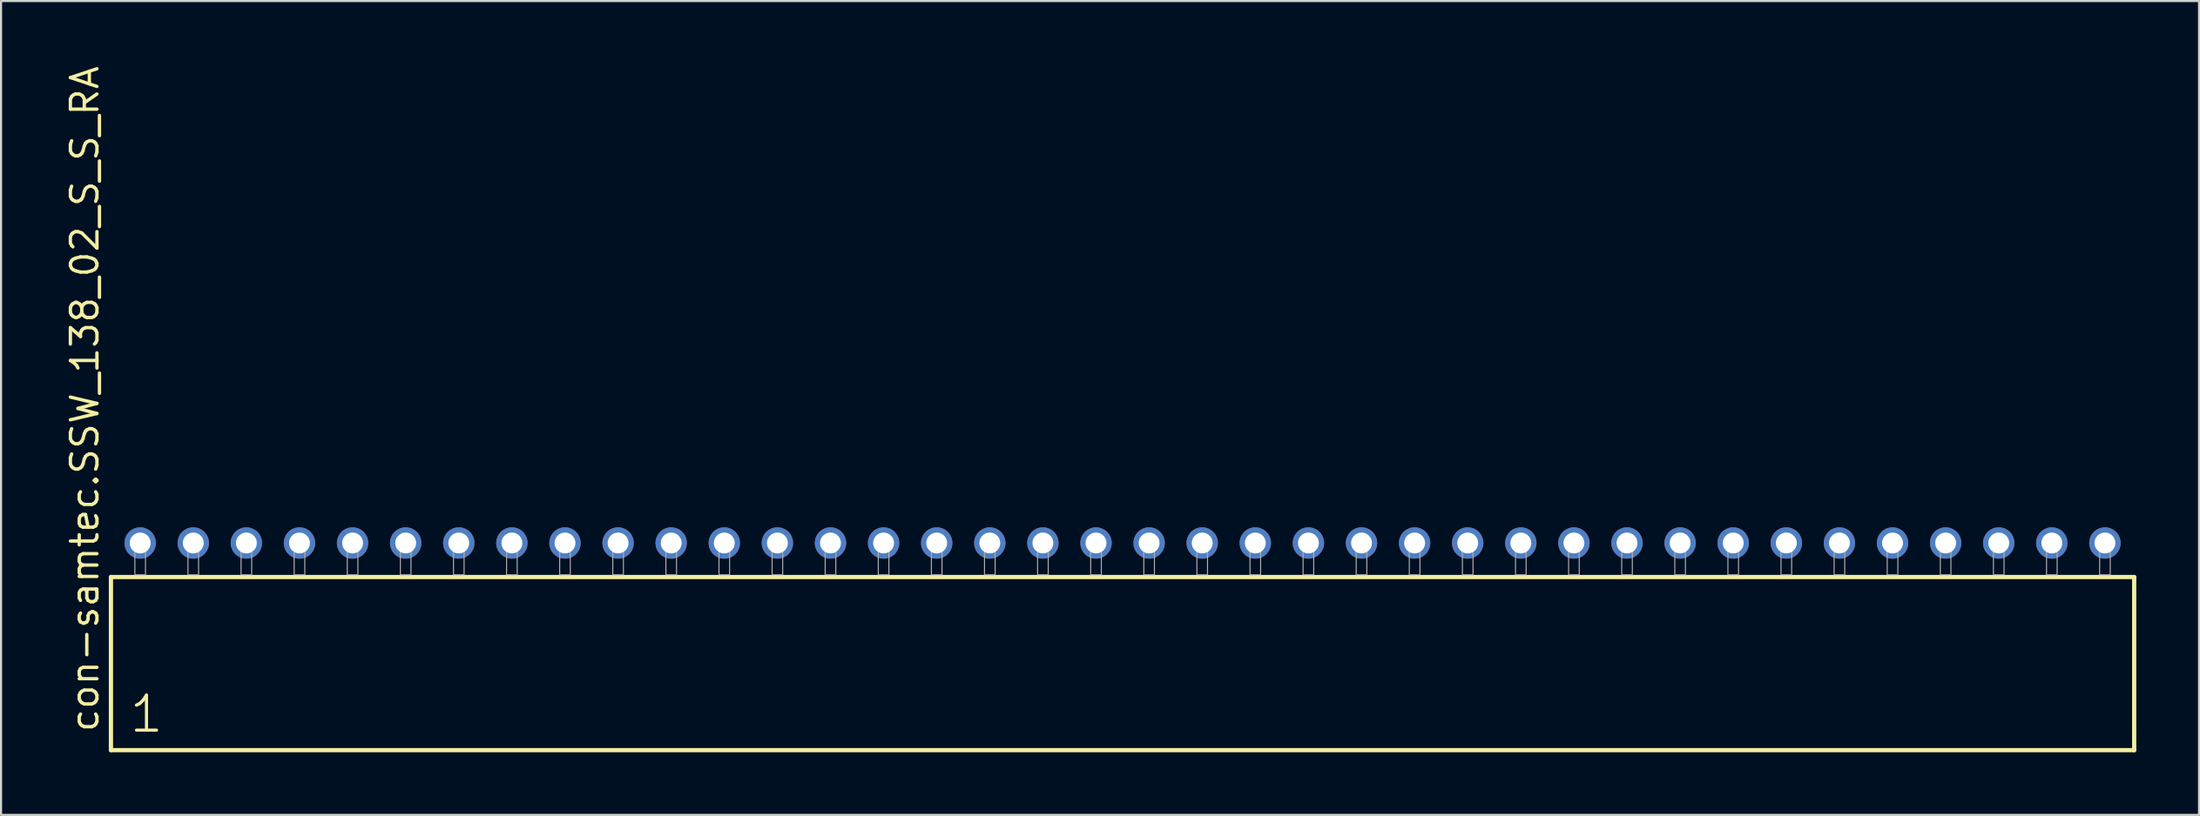
<source format=kicad_pcb>
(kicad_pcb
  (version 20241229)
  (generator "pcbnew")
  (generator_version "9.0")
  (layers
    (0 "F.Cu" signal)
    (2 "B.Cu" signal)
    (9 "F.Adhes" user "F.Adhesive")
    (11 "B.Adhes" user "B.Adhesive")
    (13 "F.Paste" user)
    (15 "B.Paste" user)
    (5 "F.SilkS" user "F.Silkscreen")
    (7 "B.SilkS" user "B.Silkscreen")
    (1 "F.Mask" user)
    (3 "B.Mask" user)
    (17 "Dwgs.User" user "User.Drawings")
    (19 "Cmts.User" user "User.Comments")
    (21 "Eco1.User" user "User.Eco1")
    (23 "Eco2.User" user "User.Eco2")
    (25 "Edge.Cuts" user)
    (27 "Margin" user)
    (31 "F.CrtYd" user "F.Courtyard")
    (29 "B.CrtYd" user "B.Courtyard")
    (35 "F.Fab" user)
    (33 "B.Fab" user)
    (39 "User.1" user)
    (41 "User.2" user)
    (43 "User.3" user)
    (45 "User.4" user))
  (footprint "con-samtec.SSW_138_02_S_S_RA"
    (layer "F.Cu")
    (at 50.645 24.477)
    (property "Reference" "con-samtec.SSW_138_02_S_S_RA" (at -48.895 7.62 90) (layer "F.SilkS") (effects (font (size 1.27 1.27) (thickness 0.16)) (justify left bottom)))
    (attr through_hole)
    (fp_line (start -48.389 0.106) (end -48.389 8.396) (stroke (width 0.203) (type default)) (layer "F.SilkS"))
    (fp_line (start -48.389 8.396) (end 48.389 8.396) (stroke (width 0.203) (type default)) (layer "F.SilkS"))
    (fp_line (start 48.389 0.106) (end -48.389 0.106) (stroke (width 0.203) (type default)) (layer "F.SilkS"))
    (fp_line (start 48.389 8.396) (end 48.389 0.106) (stroke (width 0.203) (type default)) (layer "F.SilkS"))
    (fp_rect (start -47.244 0) (end -46.736 -1.778) (stroke (width 0.05) (type default)) (fill no) (layer "F.Fab"))
    (fp_rect (start -44.704 0) (end -44.196 -1.778) (stroke (width 0.05) (type default)) (fill no) (layer "F.Fab"))
    (fp_rect (start -42.164 0) (end -41.656 -1.778) (stroke (width 0.05) (type default)) (fill no) (layer "F.Fab"))
    (fp_rect (start -39.624 0) (end -39.116 -1.778) (stroke (width 0.05) (type default)) (fill no) (layer "F.Fab"))
    (fp_rect (start -37.084 0) (end -36.576 -1.778) (stroke (width 0.05) (type default)) (fill no) (layer "F.Fab"))
    (fp_rect (start -34.544 0) (end -34.036 -1.778) (stroke (width 0.05) (type default)) (fill no) (layer "F.Fab"))
    (fp_rect (start -32.004 0) (end -31.496 -1.778) (stroke (width 0.05) (type default)) (fill no) (layer "F.Fab"))
    (fp_rect (start -29.464 0) (end -28.956 -1.778) (stroke (width 0.05) (type default)) (fill no) (layer "F.Fab"))
    (fp_rect (start -26.924 0) (end -26.416 -1.778) (stroke (width 0.05) (type default)) (fill no) (layer "F.Fab"))
    (fp_rect (start -24.384 0) (end -23.876 -1.778) (stroke (width 0.05) (type default)) (fill no) (layer "F.Fab"))
    (fp_rect (start -21.844 0) (end -21.336 -1.778) (stroke (width 0.05) (type default)) (fill no) (layer "F.Fab"))
    (fp_rect (start -19.304 0) (end -18.796 -1.778) (stroke (width 0.05) (type default)) (fill no) (layer "F.Fab"))
    (fp_rect (start -16.764 0) (end -16.256 -1.778) (stroke (width 0.05) (type default)) (fill no) (layer "F.Fab"))
    (fp_rect (start -14.224 0) (end -13.716 -1.778) (stroke (width 0.05) (type default)) (fill no) (layer "F.Fab"))
    (fp_rect (start -11.684 0) (end -11.176 -1.778) (stroke (width 0.05) (type default)) (fill no) (layer "F.Fab"))
    (fp_rect (start -9.144 0) (end -8.636 -1.778) (stroke (width 0.05) (type default)) (fill no) (layer "F.Fab"))
    (fp_rect (start -6.604 0) (end -6.096 -1.778) (stroke (width 0.05) (type default)) (fill no) (layer "F.Fab"))
    (fp_rect (start -4.064 0) (end -3.556 -1.778) (stroke (width 0.05) (type default)) (fill no) (layer "F.Fab"))
    (fp_rect (start -1.524 0) (end -1.016 -1.778) (stroke (width 0.05) (type default)) (fill no) (layer "F.Fab"))
    (fp_rect (start 1.016 0) (end 1.524 -1.778) (stroke (width 0.05) (type default)) (fill no) (layer "F.Fab"))
    (fp_rect (start 3.556 0) (end 4.064 -1.778) (stroke (width 0.05) (type default)) (fill no) (layer "F.Fab"))
    (fp_rect (start 6.096 0) (end 6.604 -1.778) (stroke (width 0.05) (type default)) (fill no) (layer "F.Fab"))
    (fp_rect (start 8.636 0) (end 9.144 -1.778) (stroke (width 0.05) (type default)) (fill no) (layer "F.Fab"))
    (fp_rect (start 11.176 0) (end 11.684 -1.778) (stroke (width 0.05) (type default)) (fill no) (layer "F.Fab"))
    (fp_rect (start 13.716 0) (end 14.224 -1.778) (stroke (width 0.05) (type default)) (fill no) (layer "F.Fab"))
    (fp_rect (start 16.256 0) (end 16.764 -1.778) (stroke (width 0.05) (type default)) (fill no) (layer "F.Fab"))
    (fp_rect (start 18.796 0) (end 19.304 -1.778) (stroke (width 0.05) (type default)) (fill no) (layer "F.Fab"))
    (fp_rect (start 21.336 0) (end 21.844 -1.778) (stroke (width 0.05) (type default)) (fill no) (layer "F.Fab"))
    (fp_rect (start 23.876 0) (end 24.384 -1.778) (stroke (width 0.05) (type default)) (fill no) (layer "F.Fab"))
    (fp_rect (start 26.416 0) (end 26.924 -1.778) (stroke (width 0.05) (type default)) (fill no) (layer "F.Fab"))
    (fp_rect (start 28.956 0) (end 29.464 -1.778) (stroke (width 0.05) (type default)) (fill no) (layer "F.Fab"))
    (fp_rect (start 31.496 0) (end 32.004 -1.778) (stroke (width 0.05) (type default)) (fill no) (layer "F.Fab"))
    (fp_rect (start 34.036 0) (end 34.544 -1.778) (stroke (width 0.05) (type default)) (fill no) (layer "F.Fab"))
    (fp_rect (start 36.576 0) (end 37.084 -1.778) (stroke (width 0.05) (type default)) (fill no) (layer "F.Fab"))
    (fp_rect (start 39.116 0) (end 39.624 -1.778) (stroke (width 0.05) (type default)) (fill no) (layer "F.Fab"))
    (fp_rect (start 41.656 0) (end 42.164 -1.778) (stroke (width 0.05) (type default)) (fill no) (layer "F.Fab"))
    (fp_rect (start 44.196 0) (end 44.704 -1.778) (stroke (width 0.05) (type default)) (fill no) (layer "F.Fab"))
    (fp_rect (start 46.736 0) (end 47.244 -1.778) (stroke (width 0.05) (type default)) (fill no) (layer "F.Fab"))
    (fp_text user "1" (at -47.585 7.65 0) (layer "F.SilkS") (effects (font (size 1.676 1.676) (thickness 0.15)) (justify left bottom)))
    (pad "1" thru_hole circle (at -46.99 -1.524) (size 1.5 1.5) (drill 1) (layers "*.Cu" "*.Mask"))
    (pad "2" thru_hole circle (at -44.45 -1.524) (size 1.5 1.5) (drill 1) (layers "*.Cu" "*.Mask"))
    (pad "3" thru_hole circle (at -41.91 -1.524) (size 1.5 1.5) (drill 1) (layers "*.Cu" "*.Mask"))
    (pad "4" thru_hole circle (at -39.37 -1.524) (size 1.5 1.5) (drill 1) (layers "*.Cu" "*.Mask"))
    (pad "5" thru_hole circle (at -36.83 -1.524) (size 1.5 1.5) (drill 1) (layers "*.Cu" "*.Mask"))
    (pad "6" thru_hole circle (at -34.29 -1.524) (size 1.5 1.5) (drill 1) (layers "*.Cu" "*.Mask"))
    (pad "7" thru_hole circle (at -31.75 -1.524) (size 1.5 1.5) (drill 1) (layers "*.Cu" "*.Mask"))
    (pad "8" thru_hole circle (at -29.21 -1.524) (size 1.5 1.5) (drill 1) (layers "*.Cu" "*.Mask"))
    (pad "9" thru_hole circle (at -26.67 -1.524) (size 1.5 1.5) (drill 1) (layers "*.Cu" "*.Mask"))
    (pad "10" thru_hole circle (at -24.13 -1.524) (size 1.5 1.5) (drill 1) (layers "*.Cu" "*.Mask"))
    (pad "11" thru_hole circle (at -21.59 -1.524) (size 1.5 1.5) (drill 1) (layers "*.Cu" "*.Mask"))
    (pad "12" thru_hole circle (at -19.05 -1.524) (size 1.5 1.5) (drill 1) (layers "*.Cu" "*.Mask"))
    (pad "13" thru_hole circle (at -16.51 -1.524) (size 1.5 1.5) (drill 1) (layers "*.Cu" "*.Mask"))
    (pad "14" thru_hole circle (at -13.97 -1.524) (size 1.5 1.5) (drill 1) (layers "*.Cu" "*.Mask"))
    (pad "15" thru_hole circle (at -11.43 -1.524) (size 1.5 1.5) (drill 1) (layers "*.Cu" "*.Mask"))
    (pad "16" thru_hole circle (at -8.89 -1.524) (size 1.5 1.5) (drill 1) (layers "*.Cu" "*.Mask"))
    (pad "17" thru_hole circle (at -6.35 -1.524) (size 1.5 1.5) (drill 1) (layers "*.Cu" "*.Mask"))
    (pad "18" thru_hole circle (at -3.81 -1.524) (size 1.5 1.5) (drill 1) (layers "*.Cu" "*.Mask"))
    (pad "19" thru_hole circle (at -1.27 -1.524) (size 1.5 1.5) (drill 1) (layers "*.Cu" "*.Mask"))
    (pad "20" thru_hole circle (at 1.27 -1.524) (size 1.5 1.5) (drill 1) (layers "*.Cu" "*.Mask"))
    (pad "21" thru_hole circle (at 3.81 -1.524) (size 1.5 1.5) (drill 1) (layers "*.Cu" "*.Mask"))
    (pad "22" thru_hole circle (at 6.35 -1.524) (size 1.5 1.5) (drill 1) (layers "*.Cu" "*.Mask"))
    (pad "23" thru_hole circle (at 8.89 -1.524) (size 1.5 1.5) (drill 1) (layers "*.Cu" "*.Mask"))
    (pad "24" thru_hole circle (at 11.43 -1.524) (size 1.5 1.5) (drill 1) (layers "*.Cu" "*.Mask"))
    (pad "25" thru_hole circle (at 13.97 -1.524) (size 1.5 1.5) (drill 1) (layers "*.Cu" "*.Mask"))
    (pad "26" thru_hole circle (at 16.51 -1.524) (size 1.5 1.5) (drill 1) (layers "*.Cu" "*.Mask"))
    (pad "27" thru_hole circle (at 19.05 -1.524) (size 1.5 1.5) (drill 1) (layers "*.Cu" "*.Mask"))
    (pad "28" thru_hole circle (at 21.59 -1.524) (size 1.5 1.5) (drill 1) (layers "*.Cu" "*.Mask"))
    (pad "29" thru_hole circle (at 24.13 -1.524) (size 1.5 1.5) (drill 1) (layers "*.Cu" "*.Mask"))
    (pad "30" thru_hole circle (at 26.67 -1.524) (size 1.5 1.5) (drill 1) (layers "*.Cu" "*.Mask"))
    (pad "31" thru_hole circle (at 29.21 -1.524) (size 1.5 1.5) (drill 1) (layers "*.Cu" "*.Mask"))
    (pad "32" thru_hole circle (at 31.75 -1.524) (size 1.5 1.5) (drill 1) (layers "*.Cu" "*.Mask"))
    (pad "33" thru_hole circle (at 34.29 -1.524) (size 1.5 1.5) (drill 1) (layers "*.Cu" "*.Mask"))
    (pad "34" thru_hole circle (at 36.83 -1.524) (size 1.5 1.5) (drill 1) (layers "*.Cu" "*.Mask"))
    (pad "35" thru_hole circle (at 39.37 -1.524) (size 1.5 1.5) (drill 1) (layers "*.Cu" "*.Mask"))
    (pad "36" thru_hole circle (at 41.91 -1.524) (size 1.5 1.5) (drill 1) (layers "*.Cu" "*.Mask"))
    (pad "37" thru_hole circle (at 44.45 -1.524) (size 1.5 1.5) (drill 1) (layers "*.Cu" "*.Mask"))
    (pad "38" thru_hole circle (at 46.99 -1.524) (size 1.5 1.5) (drill 1) (layers "*.Cu" "*.Mask")))
  (gr_rect
    (start -3 -3)
    (end 102.136 35.975)
    (stroke (width 0.1) (type default))
    (fill no)
    (layer "Edge.Cuts")))
</source>
